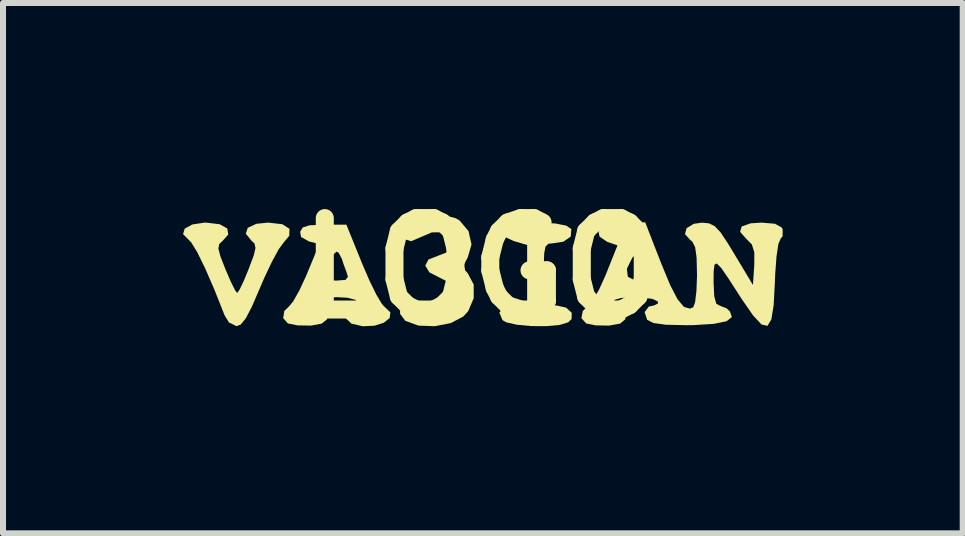
<source format=kicad_pcb>
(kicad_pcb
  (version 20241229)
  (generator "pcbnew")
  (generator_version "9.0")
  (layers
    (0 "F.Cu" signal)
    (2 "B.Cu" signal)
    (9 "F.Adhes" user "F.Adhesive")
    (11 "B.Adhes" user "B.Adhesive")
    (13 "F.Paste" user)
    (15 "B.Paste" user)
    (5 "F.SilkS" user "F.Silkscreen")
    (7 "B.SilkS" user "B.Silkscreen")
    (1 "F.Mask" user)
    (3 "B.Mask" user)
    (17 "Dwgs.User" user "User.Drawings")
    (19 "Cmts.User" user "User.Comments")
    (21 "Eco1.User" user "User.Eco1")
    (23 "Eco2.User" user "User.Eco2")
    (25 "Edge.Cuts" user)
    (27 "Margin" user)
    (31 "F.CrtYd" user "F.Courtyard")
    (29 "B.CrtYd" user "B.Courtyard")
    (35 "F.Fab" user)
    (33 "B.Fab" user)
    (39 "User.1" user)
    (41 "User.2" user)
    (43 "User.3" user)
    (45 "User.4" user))
  (footprint "LOGO"
    (layer "F.Cu")
    (at 4.974 1.418)
    (property "Reference" "LOGO" (at 0 0 0) (layer "F.SilkS") (effects (font (size 1.524 1.524) (thickness 0.3))))
    (attr board_only exclude_from_pos_files exclude_from_bom)
    (fp_poly (pts (xy 1.232 -0.744) (xy 1.409 -0.709) (xy 1.495 -0.652) (xy 1.495 -0.652) (xy 1.485 -0.526) (xy 1.362 -0.441) (xy 1.191 -0.415) (xy 1.112 -0.406) (xy 1.065 -0.36) (xy 1.043 -0.247) (xy 1.036 -0.041) (xy 1.035 0.104) (xy 1.035 0.621) (xy 1.245 0.621) (xy 1.409 0.658) (xy 1.502 0.744) (xy 1.499 0.848) (xy 1.442 0.903) (xy 1.301 0.946) (xy 1.081 0.966) (xy 0.83 0.965) (xy 0.591 0.943) (xy 0.413 0.903) (xy 0.348 0.866) (xy 0.296 0.74) (xy 0.369 0.654) (xy 0.553 0.621) (xy 0.556 0.621) (xy 0.759 0.621) (xy 0.759 -0.386) (xy 0.535 -0.452) (xy 0.382 -0.524) (xy 0.311 -0.612) (xy 0.311 -0.621) (xy 0.373 -0.682) (xy 0.534 -0.726) (xy 0.756 -0.751) (xy 1.002 -0.757)) (stroke (width 0) (type solid)) (fill yes) (layer "F.SilkS"))
    (fp_poly (pts (xy -3.32 -0.732) (xy -3.201 -0.656) (xy -3.204 -0.54) (xy -3.295 -0.431) (xy -3.379 -0.317) (xy -3.493 -0.108) (xy -3.62 0.16) (xy -3.692 0.328) (xy -3.826 0.638) (xy -3.929 0.836) (xy -4.013 0.939) (xy -4.083 0.966) (xy -4.209 0.905) (xy -4.282 0.786) (xy -4.451 0.36) (xy -4.606 0.003) (xy -4.738 -0.267) (xy -4.84 -0.432) (xy -4.883 -0.475) (xy -4.974 -0.567) (xy -4.947 -0.658) (xy -4.82 -0.728) (xy -4.614 -0.759) (xy -4.59 -0.759) (xy -4.365 -0.732) (xy -4.237 -0.661) (xy -4.221 -0.56) (xy -4.31 -0.46) (xy -4.371 -0.402) (xy -4.386 -0.327) (xy -4.352 -0.197) (xy -4.267 0.02) (xy -4.178 0.226) (xy -4.107 0.369) (xy -4.072 0.414) (xy -4.031 0.355) (xy -3.958 0.202) (xy -3.882 0.017) (xy -3.799 -0.204) (xy -3.767 -0.335) (xy -3.784 -0.411) (xy -3.839 -0.463) (xy -3.929 -0.575) (xy -3.896 -0.672) (xy -3.754 -0.739) (xy -3.555 -0.759)) (stroke (width 0) (type solid)) (fill yes) (layer "F.SilkS"))
    (fp_poly (pts (xy -0.434 -0.833) (xy -0.368 -0.795) (xy -0.218 -0.618) (xy -0.168 -0.395) (xy -0.23 -0.181) (xy -0.234 -0.175) (xy -0.298 -0.05) (xy -0.274 0.037) (xy -0.232 0.083) (xy -0.132 0.271) (xy -0.131 0.5) (xy -0.223 0.716) (xy -0.304 0.805) (xy -0.513 0.915) (xy -0.781 0.967) (xy -1.051 0.957) (xy -1.265 0.88) (xy -1.275 0.873) (xy -1.358 0.761) (xy -1.358 0.647) (xy -1.288 0.579) (xy -1.19 0.589) (xy -0.926 0.665) (xy -0.693 0.666) (xy -0.518 0.6) (xy -0.43 0.475) (xy -0.427 0.392) (xy -0.509 0.254) (xy -0.69 0.163) (xy -0.871 0.069) (xy -0.938 -0.043) (xy -0.886 -0.144) (xy -0.725 -0.207) (xy -0.557 -0.273) (xy -0.496 -0.395) (xy -0.53 -0.528) (xy -0.654 -0.598) (xy -0.829 -0.596) (xy -1.003 -0.522) (xy -1.174 -0.449) (xy -1.282 -0.483) (xy -1.311 -0.587) (xy -1.25 -0.722) (xy -1.092 -0.823) (xy -0.878 -0.881) (xy -0.645 -0.887)) (stroke (width 0) (type solid)) (fill yes) (layer "F.SilkS"))
    (fp_poly (pts (xy -1.988 -0.071) (xy -1.867 0.21) (xy -1.753 0.442) (xy -1.661 0.596) (xy -1.621 0.64) (xy -1.52 0.736) (xy -1.531 0.83) (xy -1.628 0.909) (xy -1.786 0.959) (xy -1.978 0.968) (xy -2.169 0.924) (xy -2.264 0.834) (xy -2.258 0.717) (xy -2.174 0.646) (xy -2.073 0.583) (xy -2.097 0.529) (xy -2.234 0.493) (xy -2.416 0.483) (xy -2.632 0.499) (xy -2.748 0.539) (xy -2.749 0.595) (xy -2.657 0.646) (xy -2.565 0.736) (xy -2.576 0.853) (xy -2.663 0.924) (xy -2.845 0.957) (xy -3.068 0.953) (xy -3.227 0.921) (xy -3.306 0.832) (xy -3.286 0.712) (xy -3.212 0.641) (xy -3.139 0.553) (xy -3.037 0.372) (xy -2.943 0.17) (xy -2.599 0.17) (xy -2.52 0.203) (xy -2.416 0.207) (xy -2.267 0.195) (xy -2.227 0.144) (xy -2.244 0.086) (xy -2.307 -0.088) (xy -2.328 -0.155) (xy -2.382 -0.257) (xy -2.416 -0.276) (xy -2.477 -0.22) (xy -2.503 -0.155) (xy -2.562 0.019) (xy -2.588 0.086) (xy -2.599 0.17) (xy -2.943 0.17) (xy -2.926 0.134) (xy -2.908 0.091) (xy -2.705 -0.402) (xy -2.875 -0.445) (xy -3.008 -0.52) (xy -3.023 -0.606) (xy -2.981 -0.678) (xy -2.867 -0.714) (xy -2.651 -0.725) (xy -2.627 -0.725) (xy -2.253 -0.725)) (stroke (width 0) (type solid)) (fill yes) (layer "F.SilkS"))
    (fp_poly (pts (xy 2.994 -0.076) (xy 3.142 0.282) (xy 3.265 0.518) (xy 3.371 0.645) (xy 3.47 0.674) (xy 3.526 0.652) (xy 3.557 0.569) (xy 3.579 0.385) (xy 3.589 0.138) (xy 3.589 0.103) (xy 3.582 -0.178) (xy 3.558 -0.35) (xy 3.51 -0.444) (xy 3.475 -0.471) (xy 3.389 -0.567) (xy 3.415 -0.666) (xy 3.535 -0.739) (xy 3.673 -0.758) (xy 3.789 -0.747) (xy 3.883 -0.701) (xy 3.981 -0.597) (xy 4.105 -0.411) (xy 4.21 -0.238) (xy 4.521 0.28) (xy 4.543 -0.046) (xy 4.544 -0.263) (xy 4.503 -0.395) (xy 4.412 -0.487) (xy 4.307 -0.605) (xy 4.333 -0.694) (xy 4.481 -0.747) (xy 4.665 -0.759) (xy 4.888 -0.74) (xy 5.001 -0.677) (xy 5.016 -0.649) (xy 5.015 -0.53) (xy 4.982 -0.491) (xy 4.945 -0.402) (xy 4.914 -0.199) (xy 4.892 0.094) (xy 4.886 0.243) (xy 4.866 0.616) (xy 4.828 0.854) (xy 4.763 0.961) (xy 4.664 0.939) (xy 4.525 0.79) (xy 4.337 0.519) (xy 4.306 0.471) (xy 4.119 0.181) (xy 3.995 0.00008) (xy 3.919 -0.078) (xy 3.881 -0.06) (xy 3.867 0.047) (xy 3.865 0.228) (xy 3.876 0.468) (xy 3.91 0.592) (xy 3.96 0.621) (xy 4.083 0.67) (xy 4.137 0.72) (xy 4.17 0.815) (xy 4.082 0.884) (xy 3.869 0.928) (xy 3.527 0.949) (xy 3.403 0.95) (xy 3.073 0.943) (xy 2.863 0.914) (xy 2.759 0.861) (xy 2.758 0.86) (xy 2.716 0.732) (xy 2.787 0.639) (xy 2.873 0.621) (xy 2.941 0.587) (xy 2.933 0.552) (xy 2.849 0.513) (xy 2.688 0.49) (xy 2.497 0.485) (xy 2.325 0.497) (xy 2.221 0.526) (xy 2.209 0.545) (xy 2.264 0.62) (xy 2.312 0.646) (xy 2.404 0.736) (xy 2.393 0.853) (xy 2.307 0.924) (xy 2.124 0.957) (xy 1.902 0.953) (xy 1.743 0.921) (xy 1.663 0.833) (xy 1.686 0.713) (xy 1.771 0.633) (xy 1.852 0.54) (xy 1.958 0.355) (xy 2.066 0.117) (xy 2.075 0.094) (xy 2.108 0.011) (xy 2.42 0.011) (xy 2.437 0.144) (xy 2.556 0.205) (xy 2.588 0.207) (xy 2.718 0.199) (xy 2.761 0.183) (xy 2.74 0.108) (xy 2.69 -0.043) (xy 2.681 -0.069) (xy 2.624 -0.215) (xy 2.578 -0.245) (xy 2.514 -0.176) (xy 2.509 -0.17) (xy 2.42 0.011) (xy 2.108 0.011) (xy 2.264 -0.38) (xy 2.094 -0.438) (xy 1.966 -0.525) (xy 1.947 -0.611) (xy 1.998 -0.683) (xy 2.134 -0.725) (xy 2.347 -0.745) (xy 2.726 -0.764)) (stroke (width 0) (type solid)) (fill yes) (layer "F.SilkS")))
  (gr_rect
    (start -3 -3)
    (end 12.99 5.836)
    (stroke (width 0.1) (type default))
    (fill no)
    (layer "Edge.Cuts")))
</source>
